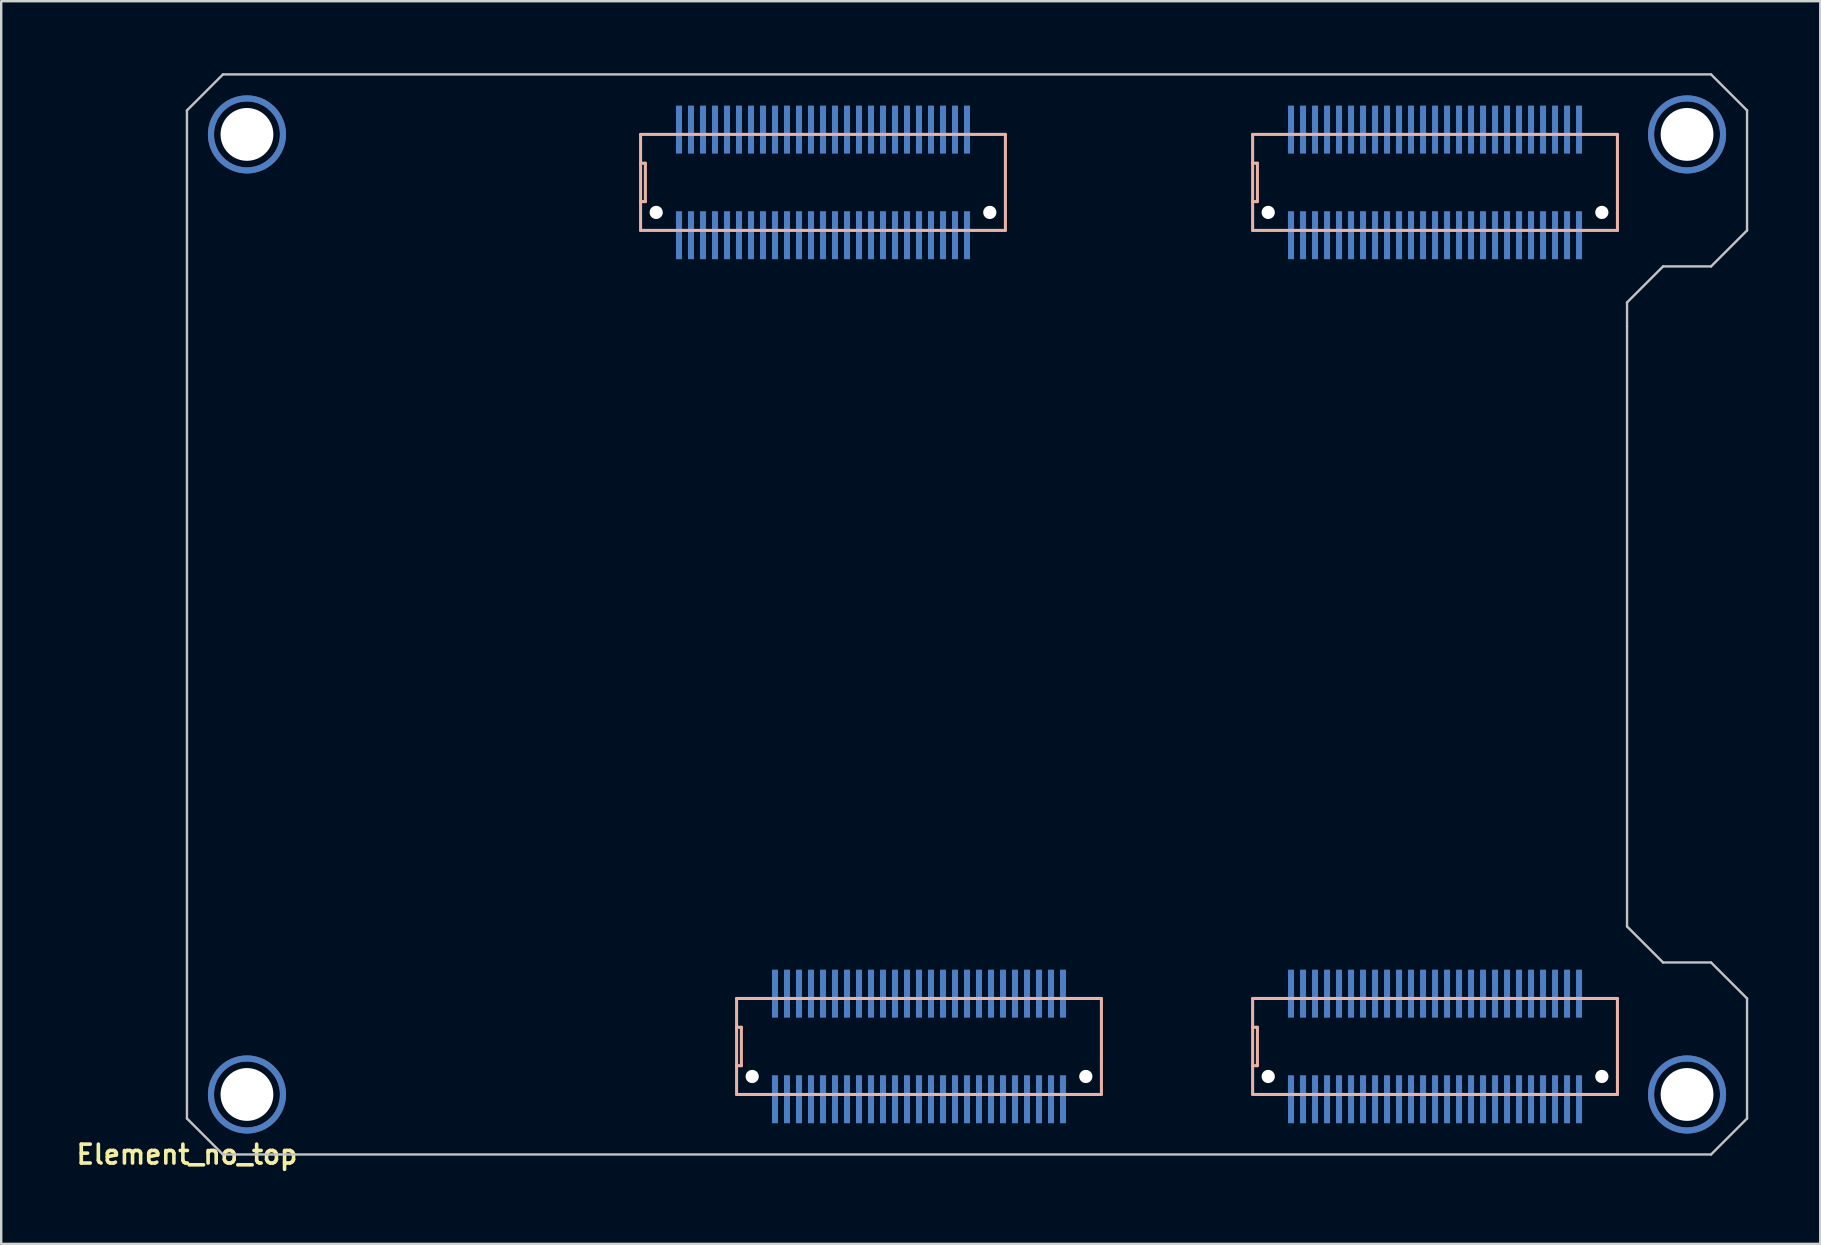
<source format=kicad_pcb>
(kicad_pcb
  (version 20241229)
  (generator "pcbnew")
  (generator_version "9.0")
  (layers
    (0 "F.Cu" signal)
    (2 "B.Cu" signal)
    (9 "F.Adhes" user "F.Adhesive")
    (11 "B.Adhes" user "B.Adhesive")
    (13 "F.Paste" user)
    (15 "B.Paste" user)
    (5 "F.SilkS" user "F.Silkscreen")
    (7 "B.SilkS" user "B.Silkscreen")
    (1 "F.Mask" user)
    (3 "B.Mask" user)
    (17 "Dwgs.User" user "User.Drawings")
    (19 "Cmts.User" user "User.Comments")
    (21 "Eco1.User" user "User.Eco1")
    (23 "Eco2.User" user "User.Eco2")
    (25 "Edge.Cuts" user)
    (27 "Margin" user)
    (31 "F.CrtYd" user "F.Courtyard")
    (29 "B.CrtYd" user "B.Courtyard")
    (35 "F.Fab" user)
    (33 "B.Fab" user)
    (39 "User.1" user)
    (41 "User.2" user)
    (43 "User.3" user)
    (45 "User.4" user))
  (footprint "Element_no_top"
    (layer "F.Cu")
    (at 4.739 45.05)
    (property "Reference" "Element_no_top" (at 0 0 0) (layer "F.SilkS") (effects (font (size 0.787 0.787) (thickness 0.15))))
    (attr smd)
    (fp_circle (center 2.5 -42.5) (end 4 -42.5) (stroke (width 0.254) (type solid)) (fill no) (layer "F.Cu"))
    (fp_circle (center 2.5 -2.5) (end 4 -2.5) (stroke (width 0.254) (type solid)) (fill no) (layer "F.Cu"))
    (fp_circle (center 62.5 -42.5) (end 64 -42.5) (stroke (width 0.254) (type solid)) (fill no) (layer "F.Cu"))
    (fp_circle (center 62.5 -2.5) (end 64 -2.5) (stroke (width 0.254) (type solid)) (fill no) (layer "F.Cu"))
    (fp_circle (center 2.5 -42.5) (end 4 -42.5) (stroke (width 0.254) (type solid)) (fill no) (layer "F.Mask"))
    (fp_circle (center 2.5 -2.5) (end 4 -2.5) (stroke (width 0.254) (type solid)) (fill no) (layer "F.Mask"))
    (fp_circle (center 62.5 -42.5) (end 64 -42.5) (stroke (width 0.254) (type solid)) (fill no) (layer "F.Mask"))
    (fp_circle (center 62.5 -2.5) (end 64 -2.5) (stroke (width 0.254) (type solid)) (fill no) (layer "F.Mask"))
    (fp_circle (center 2.5 -42.5) (end 4 -42.5) (stroke (width 0.254) (type solid)) (fill no) (layer "B.Cu"))
    (fp_circle (center 2.5 -2.5) (end 4 -2.5) (stroke (width 0.254) (type solid)) (fill no) (layer "B.Cu"))
    (fp_circle (center 62.5 -42.5) (end 64 -42.5) (stroke (width 0.254) (type solid)) (fill no) (layer "B.Cu"))
    (fp_circle (center 62.5 -2.5) (end 64 -2.5) (stroke (width 0.254) (type solid)) (fill no) (layer "B.Cu"))
    (fp_circle (center 2.5 -42.5) (end 4 -42.5) (stroke (width 0.254) (type solid)) (fill no) (layer "B.Mask"))
    (fp_circle (center 2.5 -2.5) (end 4 -2.5) (stroke (width 0.254) (type solid)) (fill no) (layer "B.Mask"))
    (fp_circle (center 62.5 -42.5) (end 64 -42.5) (stroke (width 0.254) (type solid)) (fill no) (layer "B.Mask"))
    (fp_circle (center 62.5 -2.5) (end 64 -2.5) (stroke (width 0.254) (type solid)) (fill no) (layer "B.Mask"))
    (fp_line (start 18.9 -42.5) (end 18.9 -41.3) (stroke (width 0.127) (type solid)) (layer "B.SilkS"))
    (fp_line (start 18.9 -41.3) (end 18.9 -39.7) (stroke (width 0.127) (type solid)) (layer "B.SilkS"))
    (fp_line (start 18.9 -41.3) (end 19.1 -41.3) (stroke (width 0.127) (type solid)) (layer "B.SilkS"))
    (fp_line (start 18.9 -39.7) (end 18.9 -38.5) (stroke (width 0.127) (type solid)) (layer "B.SilkS"))
    (fp_line (start 18.9 -38.5) (end 34.1 -38.5) (stroke (width 0.127) (type solid)) (layer "B.SilkS"))
    (fp_line (start 19.1 -41.3) (end 19.1 -39.7) (stroke (width 0.127) (type solid)) (layer "B.SilkS"))
    (fp_line (start 19.1 -39.7) (end 18.9 -39.7) (stroke (width 0.127) (type solid)) (layer "B.SilkS"))
    (fp_line (start 22.9 -6.5) (end 22.9 -5.3) (stroke (width 0.127) (type solid)) (layer "B.SilkS"))
    (fp_line (start 22.9 -5.3) (end 22.9 -3.7) (stroke (width 0.127) (type solid)) (layer "B.SilkS"))
    (fp_line (start 22.9 -5.3) (end 23.1 -5.3) (stroke (width 0.127) (type solid)) (layer "B.SilkS"))
    (fp_line (start 22.9 -3.7) (end 22.9 -2.5) (stroke (width 0.127) (type solid)) (layer "B.SilkS"))
    (fp_line (start 22.9 -2.5) (end 38.1 -2.5) (stroke (width 0.127) (type solid)) (layer "B.SilkS"))
    (fp_line (start 23.1 -5.3) (end 23.1 -3.7) (stroke (width 0.127) (type solid)) (layer "B.SilkS"))
    (fp_line (start 23.1 -3.7) (end 22.9 -3.7) (stroke (width 0.127) (type solid)) (layer "B.SilkS"))
    (fp_line (start 34.1 -42.5) (end 18.9 -42.5) (stroke (width 0.127) (type solid)) (layer "B.SilkS"))
    (fp_line (start 34.1 -38.5) (end 34.1 -42.5) (stroke (width 0.127) (type solid)) (layer "B.SilkS"))
    (fp_line (start 38.1 -6.5) (end 22.9 -6.5) (stroke (width 0.127) (type solid)) (layer "B.SilkS"))
    (fp_line (start 38.1 -2.5) (end 38.1 -6.5) (stroke (width 0.127) (type solid)) (layer "B.SilkS"))
    (fp_line (start 44.4 -42.5) (end 44.4 -41.3) (stroke (width 0.127) (type solid)) (layer "B.SilkS"))
    (fp_line (start 44.4 -41.3) (end 44.4 -39.7) (stroke (width 0.127) (type solid)) (layer "B.SilkS"))
    (fp_line (start 44.4 -41.3) (end 44.6 -41.3) (stroke (width 0.127) (type solid)) (layer "B.SilkS"))
    (fp_line (start 44.4 -39.7) (end 44.4 -38.5) (stroke (width 0.127) (type solid)) (layer "B.SilkS"))
    (fp_line (start 44.4 -38.5) (end 59.6 -38.5) (stroke (width 0.127) (type solid)) (layer "B.SilkS"))
    (fp_line (start 44.4 -6.5) (end 44.4 -5.3) (stroke (width 0.127) (type solid)) (layer "B.SilkS"))
    (fp_line (start 44.4 -5.3) (end 44.4 -3.7) (stroke (width 0.127) (type solid)) (layer "B.SilkS"))
    (fp_line (start 44.4 -5.3) (end 44.6 -5.3) (stroke (width 0.127) (type solid)) (layer "B.SilkS"))
    (fp_line (start 44.4 -3.7) (end 44.4 -2.5) (stroke (width 0.127) (type solid)) (layer "B.SilkS"))
    (fp_line (start 44.4 -2.5) (end 59.6 -2.5) (stroke (width 0.127) (type solid)) (layer "B.SilkS"))
    (fp_line (start 44.6 -41.3) (end 44.6 -39.7) (stroke (width 0.127) (type solid)) (layer "B.SilkS"))
    (fp_line (start 44.6 -39.7) (end 44.4 -39.7) (stroke (width 0.127) (type solid)) (layer "B.SilkS"))
    (fp_line (start 44.6 -5.3) (end 44.6 -3.7) (stroke (width 0.127) (type solid)) (layer "B.SilkS"))
    (fp_line (start 44.6 -3.7) (end 44.4 -3.7) (stroke (width 0.127) (type solid)) (layer "B.SilkS"))
    (fp_line (start 59.6 -42.5) (end 44.4 -42.5) (stroke (width 0.127) (type solid)) (layer "B.SilkS"))
    (fp_line (start 59.6 -38.5) (end 59.6 -42.5) (stroke (width 0.127) (type solid)) (layer "B.SilkS"))
    (fp_line (start 59.6 -6.5) (end 44.4 -6.5) (stroke (width 0.127) (type solid)) (layer "B.SilkS"))
    (fp_line (start 59.6 -2.5) (end 59.6 -6.5) (stroke (width 0.127) (type solid)) (layer "B.SilkS"))
    (fp_line (start 0 -43.5) (end 0 -1.5) (stroke (width 0.1) (type solid)) (layer "Dwgs.User"))
    (fp_line (start 0 -1.5) (end 1.5 0) (stroke (width 0.1) (type solid)) (layer "Dwgs.User"))
    (fp_line (start 1.5 -45) (end 0 -43.5) (stroke (width 0.1) (type solid)) (layer "Dwgs.User"))
    (fp_line (start 1.5 0) (end 63.5 0) (stroke (width 0.1) (type solid)) (layer "Dwgs.User"))
    (fp_line (start 60 -35.5) (end 61.5 -37) (stroke (width 0.1) (type solid)) (layer "Dwgs.User"))
    (fp_line (start 60 -34.5) (end 60 -35.5) (stroke (width 0.1) (type solid)) (layer "Dwgs.User"))
    (fp_line (start 60 -9.5) (end 60 -34.5) (stroke (width 0.1) (type solid)) (layer "Dwgs.User"))
    (fp_line (start 61.5 -37) (end 63.5 -37) (stroke (width 0.1) (type solid)) (layer "Dwgs.User"))
    (fp_line (start 61.5 -8) (end 60 -9.5) (stroke (width 0.1) (type solid)) (layer "Dwgs.User"))
    (fp_line (start 63.5 -45) (end 1.5 -45) (stroke (width 0.1) (type solid)) (layer "Dwgs.User"))
    (fp_line (start 63.5 -37) (end 65 -38.5) (stroke (width 0.1) (type solid)) (layer "Dwgs.User"))
    (fp_line (start 63.5 -8) (end 61.5 -8) (stroke (width 0.1) (type solid)) (layer "Dwgs.User"))
    (fp_line (start 63.5 0) (end 65 -1.5) (stroke (width 0.1) (type solid)) (layer "Dwgs.User"))
    (fp_line (start 65 -43.5) (end 63.5 -45) (stroke (width 0.1) (type solid)) (layer "Dwgs.User"))
    (fp_line (start 65 -38.5) (end 65 -43.5) (stroke (width 0.1) (type solid)) (layer "Dwgs.User"))
    (fp_line (start 65 -6.5) (end 63.5 -8) (stroke (width 0.1) (type solid)) (layer "Dwgs.User"))
    (fp_line (start 65 -1.5) (end 65 -6.5) (stroke (width 0.1) (type solid)) (layer "Dwgs.User"))
    (pad "" np_thru_hole circle (at 2.5 -42.5) (size 2.2 2.2) (drill 2.2) (layers "*.Cu" "*.Mask"))
    (pad "" np_thru_hole circle (at 2.5 -2.5) (size 2.2 2.2) (drill 2.2) (layers "*.Cu" "*.Mask"))
    (pad "" np_thru_hole circle (at 19.55 -39.25) (size 0.55 0.55) (drill 0.55) (layers "*.Cu" "*.Mask"))
    (pad "" np_thru_hole circle (at 23.55 -3.25) (size 0.55 0.55) (drill 0.55) (layers "*.Cu" "*.Mask"))
    (pad "" np_thru_hole circle (at 33.45 -39.25) (size 0.55 0.55) (drill 0.55) (layers "*.Cu" "*.Mask"))
    (pad "" np_thru_hole circle (at 37.45 -3.25) (size 0.55 0.55) (drill 0.55) (layers "*.Cu" "*.Mask"))
    (pad "" np_thru_hole circle (at 45.05 -39.25) (size 0.55 0.55) (drill 0.55) (layers "*.Cu" "*.Mask"))
    (pad "" np_thru_hole circle (at 45.05 -3.25) (size 0.55 0.55) (drill 0.55) (layers "*.Cu" "*.Mask"))
    (pad "" np_thru_hole circle (at 58.95 -39.25) (size 0.55 0.55) (drill 0.55) (layers "*.Cu" "*.Mask"))
    (pad "" np_thru_hole circle (at 58.95 -3.25) (size 0.55 0.55) (drill 0.55) (layers "*.Cu" "*.Mask"))
    (pad "" np_thru_hole circle (at 62.5 -42.5) (size 2.2 2.2) (drill 2.2) (layers "*.Cu" "*.Mask"))
    (pad "" np_thru_hole circle (at 62.5 -2.5) (size 2.2 2.2) (drill 2.2) (layers "*.Cu" "*.Mask"))
    (pad "A_1" smd rect (at 20.5 -38.3 90) (size 2 0.25) (layers "B.Cu" "B.Mask" "B.Paste"))
    (pad "A_2" smd rect (at 21 -38.3 90) (size 2 0.25) (layers "B.Cu" "B.Mask" "B.Paste"))
    (pad "A_3" smd rect (at 21.5 -38.3 90) (size 2 0.25) (layers "B.Cu" "B.Mask" "B.Paste"))
    (pad "A_4" smd rect (at 22 -38.3 90) (size 2 0.25) (layers "B.Cu" "B.Mask" "B.Paste"))
    (pad "A_5" smd rect (at 22.5 -38.3 90) (size 2 0.25) (layers "B.Cu" "B.Mask" "B.Paste"))
    (pad "A_6" smd rect (at 23 -38.3 90) (size 2 0.25) (layers "B.Cu" "B.Mask" "B.Paste"))
    (pad "A_7" smd rect (at 23.5 -38.3 90) (size 2 0.25) (layers "B.Cu" "B.Mask" "B.Paste"))
    (pad "A_8" smd rect (at 24 -38.3 90) (size 2 0.25) (layers "B.Cu" "B.Mask" "B.Paste"))
    (pad "A_9" smd rect (at 24.5 -38.3 90) (size 2 0.25) (layers "B.Cu" "B.Mask" "B.Paste"))
    (pad "A_10" smd rect (at 25 -38.3 90) (size 2 0.25) (layers "B.Cu" "B.Mask" "B.Paste"))
    (pad "A_11" smd rect (at 25.5 -38.3 90) (size 2 0.25) (layers "B.Cu" "B.Mask" "B.Paste"))
    (pad "A_12" smd rect (at 26 -38.3 90) (size 2 0.25) (layers "B.Cu" "B.Mask" "B.Paste"))
    (pad "A_13" smd rect (at 26.5 -38.3 90) (size 2 0.25) (layers "B.Cu" "B.Mask" "B.Paste"))
    (pad "A_14" smd rect (at 27 -38.3 90) (size 2 0.25) (layers "B.Cu" "B.Mask" "B.Paste"))
    (pad "A_15" smd rect (at 27.5 -38.3 90) (size 2 0.25) (layers "B.Cu" "B.Mask" "B.Paste"))
    (pad "A_16" smd rect (at 28 -38.3 90) (size 2 0.25) (layers "B.Cu" "B.Mask" "B.Paste"))
    (pad "A_17" smd rect (at 28.5 -38.3 90) (size 2 0.25) (layers "B.Cu" "B.Mask" "B.Paste"))
    (pad "A_18" smd rect (at 29 -38.3 90) (size 2 0.25) (layers "B.Cu" "B.Mask" "B.Paste"))
    (pad "A_19" smd rect (at 29.5 -38.3 90) (size 2 0.25) (layers "B.Cu" "B.Mask" "B.Paste"))
    (pad "A_20" smd rect (at 30 -38.3 90) (size 2 0.25) (layers "B.Cu" "B.Mask" "B.Paste"))
    (pad "A_21" smd rect (at 30.5 -38.3 90) (size 2 0.25) (layers "B.Cu" "B.Mask" "B.Paste"))
    (pad "A_22" smd rect (at 31 -38.3 90) (size 2 0.25) (layers "B.Cu" "B.Mask" "B.Paste"))
    (pad "A_23" smd rect (at 31.5 -38.3 90) (size 2 0.25) (layers "B.Cu" "B.Mask" "B.Paste"))
    (pad "A_24" smd rect (at 32 -38.3 90) (size 2 0.25) (layers "B.Cu" "B.Mask" "B.Paste"))
    (pad "A_25" smd rect (at 32.5 -38.3 90) (size 2 0.25) (layers "B.Cu" "B.Mask" "B.Paste"))
    (pad "A_26" smd rect (at 32.5 -42.7 90) (size 2 0.25) (layers "B.Cu" "B.Mask" "B.Paste"))
    (pad "A_27" smd rect (at 32 -42.7 90) (size 2 0.25) (layers "B.Cu" "B.Mask" "B.Paste"))
    (pad "A_28" smd rect (at 31.5 -42.7 90) (size 2 0.25) (layers "B.Cu" "B.Mask" "B.Paste"))
    (pad "A_29" smd rect (at 31 -42.7 90) (size 2 0.25) (layers "B.Cu" "B.Mask" "B.Paste"))
    (pad "A_30" smd rect (at 30.5 -42.7 90) (size 2 0.25) (layers "B.Cu" "B.Mask" "B.Paste"))
    (pad "A_31" smd rect (at 30 -42.7 90) (size 2 0.25) (layers "B.Cu" "B.Mask" "B.Paste"))
    (pad "A_32" smd rect (at 29.5 -42.7 90) (size 2 0.25) (layers "B.Cu" "B.Mask" "B.Paste"))
    (pad "A_33" smd rect (at 29 -42.7 90) (size 2 0.25) (layers "B.Cu" "B.Mask" "B.Paste"))
    (pad "A_34" smd rect (at 28.5 -42.7 90) (size 2 0.25) (layers "B.Cu" "B.Mask" "B.Paste"))
    (pad "A_35" smd rect (at 28 -42.7 90) (size 2 0.25) (layers "B.Cu" "B.Mask" "B.Paste"))
    (pad "A_36" smd rect (at 27.5 -42.7 90) (size 2 0.25) (layers "B.Cu" "B.Mask" "B.Paste"))
    (pad "A_37" smd rect (at 27 -42.7 90) (size 2 0.25) (layers "B.Cu" "B.Mask" "B.Paste"))
    (pad "A_38" smd rect (at 26.5 -42.7 90) (size 2 0.25) (layers "B.Cu" "B.Mask" "B.Paste"))
    (pad "A_39" smd rect (at 26 -42.7 90) (size 2 0.25) (layers "B.Cu" "B.Mask" "B.Paste"))
    (pad "A_40" smd rect (at 25.5 -42.7 90) (size 2 0.25) (layers "B.Cu" "B.Mask" "B.Paste"))
    (pad "A_41" smd rect (at 25 -42.7 90) (size 2 0.25) (layers "B.Cu" "B.Mask" "B.Paste"))
    (pad "A_42" smd rect (at 24.5 -42.7 90) (size 2 0.25) (layers "B.Cu" "B.Mask" "B.Paste"))
    (pad "A_43" smd rect (at 24 -42.7 90) (size 2 0.25) (layers "B.Cu" "B.Mask" "B.Paste"))
    (pad "A_44" smd rect (at 23.5 -42.7 90) (size 2 0.25) (layers "B.Cu" "B.Mask" "B.Paste"))
    (pad "A_45" smd rect (at 23 -42.7 90) (size 2 0.25) (layers "B.Cu" "B.Mask" "B.Paste"))
    (pad "A_46" smd rect (at 22.5 -42.7 90) (size 2 0.25) (layers "B.Cu" "B.Mask" "B.Paste"))
    (pad "A_47" smd rect (at 22 -42.7 90) (size 2 0.25) (layers "B.Cu" "B.Mask" "B.Paste"))
    (pad "A_48" smd rect (at 21.5 -42.7 90) (size 2 0.25) (layers "B.Cu" "B.Mask" "B.Paste"))
    (pad "A_49" smd rect (at 21 -42.7 90) (size 2 0.25) (layers "B.Cu" "B.Mask" "B.Paste"))
    (pad "A_50" smd rect (at 20.5 -42.7 90) (size 2 0.25) (layers "B.Cu" "B.Mask" "B.Paste"))
    (pad "B_1" smd rect (at 46 -38.3 90) (size 2 0.25) (layers "B.Cu" "B.Mask" "B.Paste"))
    (pad "B_2" smd rect (at 46.5 -38.3 90) (size 2 0.25) (layers "B.Cu" "B.Mask" "B.Paste"))
    (pad "B_3" smd rect (at 47 -38.3 90) (size 2 0.25) (layers "B.Cu" "B.Mask" "B.Paste"))
    (pad "B_4" smd rect (at 47.5 -38.3 90) (size 2 0.25) (layers "B.Cu" "B.Mask" "B.Paste"))
    (pad "B_5" smd rect (at 48 -38.3 90) (size 2 0.25) (layers "B.Cu" "B.Mask" "B.Paste"))
    (pad "B_6" smd rect (at 48.5 -38.3 90) (size 2 0.25) (layers "B.Cu" "B.Mask" "B.Paste"))
    (pad "B_7" smd rect (at 49 -38.3 90) (size 2 0.25) (layers "B.Cu" "B.Mask" "B.Paste"))
    (pad "B_8" smd rect (at 49.5 -38.3 90) (size 2 0.25) (layers "B.Cu" "B.Mask" "B.Paste"))
    (pad "B_9" smd rect (at 50 -38.3 90) (size 2 0.25) (layers "B.Cu" "B.Mask" "B.Paste"))
    (pad "B_10" smd rect (at 50.5 -38.3 90) (size 2 0.25) (layers "B.Cu" "B.Mask" "B.Paste"))
    (pad "B_11" smd rect (at 51 -38.3 90) (size 2 0.25) (layers "B.Cu" "B.Mask" "B.Paste"))
    (pad "B_12" smd rect (at 51.5 -38.3 90) (size 2 0.25) (layers "B.Cu" "B.Mask" "B.Paste"))
    (pad "B_13" smd rect (at 52 -38.3 90) (size 2 0.25) (layers "B.Cu" "B.Mask" "B.Paste"))
    (pad "B_14" smd rect (at 52.5 -38.3 90) (size 2 0.25) (layers "B.Cu" "B.Mask" "B.Paste"))
    (pad "B_15" smd rect (at 53 -38.3 90) (size 2 0.25) (layers "B.Cu" "B.Mask" "B.Paste"))
    (pad "B_16" smd rect (at 53.5 -38.3 90) (size 2 0.25) (layers "B.Cu" "B.Mask" "B.Paste"))
    (pad "B_17" smd rect (at 54 -38.3 90) (size 2 0.25) (layers "B.Cu" "B.Mask" "B.Paste"))
    (pad "B_18" smd rect (at 54.5 -38.3 90) (size 2 0.25) (layers "B.Cu" "B.Mask" "B.Paste"))
    (pad "B_19" smd rect (at 55 -38.3 90) (size 2 0.25) (layers "B.Cu" "B.Mask" "B.Paste"))
    (pad "B_20" smd rect (at 55.5 -38.3 90) (size 2 0.25) (layers "B.Cu" "B.Mask" "B.Paste"))
    (pad "B_21" smd rect (at 56 -38.3 90) (size 2 0.25) (layers "B.Cu" "B.Mask" "B.Paste"))
    (pad "B_22" smd rect (at 56.5 -38.3 90) (size 2 0.25) (layers "B.Cu" "B.Mask" "B.Paste"))
    (pad "B_23" smd rect (at 57 -38.3 90) (size 2 0.25) (layers "B.Cu" "B.Mask" "B.Paste"))
    (pad "B_24" smd rect (at 57.5 -38.3 90) (size 2 0.25) (layers "B.Cu" "B.Mask" "B.Paste"))
    (pad "B_25" smd rect (at 58 -38.3 90) (size 2 0.25) (layers "B.Cu" "B.Mask" "B.Paste"))
    (pad "B_26" smd rect (at 58 -42.7 90) (size 2 0.25) (layers "B.Cu" "B.Mask" "B.Paste"))
    (pad "B_27" smd rect (at 57.5 -42.7 90) (size 2 0.25) (layers "B.Cu" "B.Mask" "B.Paste"))
    (pad "B_28" smd rect (at 57 -42.7 90) (size 2 0.25) (layers "B.Cu" "B.Mask" "B.Paste"))
    (pad "B_29" smd rect (at 56.5 -42.7 90) (size 2 0.25) (layers "B.Cu" "B.Mask" "B.Paste"))
    (pad "B_30" smd rect (at 56 -42.7 90) (size 2 0.25) (layers "B.Cu" "B.Mask" "B.Paste"))
    (pad "B_31" smd rect (at 55.5 -42.7 90) (size 2 0.25) (layers "B.Cu" "B.Mask" "B.Paste"))
    (pad "B_32" smd rect (at 55 -42.7 90) (size 2 0.25) (layers "B.Cu" "B.Mask" "B.Paste"))
    (pad "B_33" smd rect (at 54.5 -42.7 90) (size 2 0.25) (layers "B.Cu" "B.Mask" "B.Paste"))
    (pad "B_34" smd rect (at 54 -42.7 90) (size 2 0.25) (layers "B.Cu" "B.Mask" "B.Paste"))
    (pad "B_35" smd rect (at 53.5 -42.7 90) (size 2 0.25) (layers "B.Cu" "B.Mask" "B.Paste"))
    (pad "B_36" smd rect (at 53 -42.7 90) (size 2 0.25) (layers "B.Cu" "B.Mask" "B.Paste"))
    (pad "B_37" smd rect (at 52.5 -42.7 90) (size 2 0.25) (layers "B.Cu" "B.Mask" "B.Paste"))
    (pad "B_38" smd rect (at 52 -42.7 90) (size 2 0.25) (layers "B.Cu" "B.Mask" "B.Paste"))
    (pad "B_39" smd rect (at 51.5 -42.7 90) (size 2 0.25) (layers "B.Cu" "B.Mask" "B.Paste"))
    (pad "B_40" smd rect (at 51 -42.7 90) (size 2 0.25) (layers "B.Cu" "B.Mask" "B.Paste"))
    (pad "B_41" smd rect (at 50.5 -42.7 90) (size 2 0.25) (layers "B.Cu" "B.Mask" "B.Paste"))
    (pad "B_42" smd rect (at 50 -42.7 90) (size 2 0.25) (layers "B.Cu" "B.Mask" "B.Paste"))
    (pad "B_43" smd rect (at 49.5 -42.7 90) (size 2 0.25) (layers "B.Cu" "B.Mask" "B.Paste"))
    (pad "B_44" smd rect (at 49 -42.7 90) (size 2 0.25) (layers "B.Cu" "B.Mask" "B.Paste"))
    (pad "B_45" smd rect (at 48.5 -42.7 90) (size 2 0.25) (layers "B.Cu" "B.Mask" "B.Paste"))
    (pad "B_46" smd rect (at 48 -42.7 90) (size 2 0.25) (layers "B.Cu" "B.Mask" "B.Paste"))
    (pad "B_47" smd rect (at 47.5 -42.7 90) (size 2 0.25) (layers "B.Cu" "B.Mask" "B.Paste"))
    (pad "B_48" smd rect (at 47 -42.7 90) (size 2 0.25) (layers "B.Cu" "B.Mask" "B.Paste"))
    (pad "B_49" smd rect (at 46.5 -42.7 90) (size 2 0.25) (layers "B.Cu" "B.Mask" "B.Paste"))
    (pad "B_50" smd rect (at 46 -42.7 90) (size 2 0.25) (layers "B.Cu" "B.Mask" "B.Paste"))
    (pad "C_1" smd rect (at 24.5 -2.3 90) (size 2 0.25) (layers "B.Cu" "B.Mask" "B.Paste"))
    (pad "C_2" smd rect (at 25 -2.3 90) (size 2 0.25) (layers "B.Cu" "B.Mask" "B.Paste"))
    (pad "C_3" smd rect (at 25.5 -2.3 90) (size 2 0.25) (layers "B.Cu" "B.Mask" "B.Paste"))
    (pad "C_4" smd rect (at 26 -2.3 90) (size 2 0.25) (layers "B.Cu" "B.Mask" "B.Paste"))
    (pad "C_5" smd rect (at 26.5 -2.3 90) (size 2 0.25) (layers "B.Cu" "B.Mask" "B.Paste"))
    (pad "C_6" smd rect (at 27 -2.3 90) (size 2 0.25) (layers "B.Cu" "B.Mask" "B.Paste"))
    (pad "C_7" smd rect (at 27.5 -2.3 90) (size 2 0.25) (layers "B.Cu" "B.Mask" "B.Paste"))
    (pad "C_8" smd rect (at 28 -2.3 90) (size 2 0.25) (layers "B.Cu" "B.Mask" "B.Paste"))
    (pad "C_9" smd rect (at 28.5 -2.3 90) (size 2 0.25) (layers "B.Cu" "B.Mask" "B.Paste"))
    (pad "C_10" smd rect (at 29 -2.3 90) (size 2 0.25) (layers "B.Cu" "B.Mask" "B.Paste"))
    (pad "C_11" smd rect (at 29.5 -2.3 90) (size 2 0.25) (layers "B.Cu" "B.Mask" "B.Paste"))
    (pad "C_12" smd rect (at 30 -2.3 90) (size 2 0.25) (layers "B.Cu" "B.Mask" "B.Paste"))
    (pad "C_13" smd rect (at 30.5 -2.3 90) (size 2 0.25) (layers "B.Cu" "B.Mask" "B.Paste"))
    (pad "C_14" smd rect (at 31 -2.3 90) (size 2 0.25) (layers "B.Cu" "B.Mask" "B.Paste"))
    (pad "C_15" smd rect (at 31.5 -2.3 90) (size 2 0.25) (layers "B.Cu" "B.Mask" "B.Paste"))
    (pad "C_16" smd rect (at 32 -2.3 90) (size 2 0.25) (layers "B.Cu" "B.Mask" "B.Paste"))
    (pad "C_17" smd rect (at 32.5 -2.3 90) (size 2 0.25) (layers "B.Cu" "B.Mask" "B.Paste"))
    (pad "C_18" smd rect (at 33 -2.3 90) (size 2 0.25) (layers "B.Cu" "B.Mask" "B.Paste"))
    (pad "C_19" smd rect (at 33.5 -2.3 90) (size 2 0.25) (layers "B.Cu" "B.Mask" "B.Paste"))
    (pad "C_20" smd rect (at 34 -2.3 90) (size 2 0.25) (layers "B.Cu" "B.Mask" "B.Paste"))
    (pad "C_21" smd rect (at 34.5 -2.3 90) (size 2 0.25) (layers "B.Cu" "B.Mask" "B.Paste"))
    (pad "C_22" smd rect (at 35 -2.3 90) (size 2 0.25) (layers "B.Cu" "B.Mask" "B.Paste"))
    (pad "C_23" smd rect (at 35.5 -2.3 90) (size 2 0.25) (layers "B.Cu" "B.Mask" "B.Paste"))
    (pad "C_24" smd rect (at 36 -2.3 90) (size 2 0.25) (layers "B.Cu" "B.Mask" "B.Paste"))
    (pad "C_25" smd rect (at 36.5 -2.3 90) (size 2 0.25) (layers "B.Cu" "B.Mask" "B.Paste"))
    (pad "C_26" smd rect (at 36.5 -6.7 90) (size 2 0.25) (layers "B.Cu" "B.Mask" "B.Paste"))
    (pad "C_27" smd rect (at 36 -6.7 90) (size 2 0.25) (layers "B.Cu" "B.Mask" "B.Paste"))
    (pad "C_28" smd rect (at 35.5 -6.7 90) (size 2 0.25) (layers "B.Cu" "B.Mask" "B.Paste"))
    (pad "C_29" smd rect (at 35 -6.7 90) (size 2 0.25) (layers "B.Cu" "B.Mask" "B.Paste"))
    (pad "C_30" smd rect (at 34.5 -6.7 90) (size 2 0.25) (layers "B.Cu" "B.Mask" "B.Paste"))
    (pad "C_31" smd rect (at 34 -6.7 90) (size 2 0.25) (layers "B.Cu" "B.Mask" "B.Paste"))
    (pad "C_32" smd rect (at 33.5 -6.7 90) (size 2 0.25) (layers "B.Cu" "B.Mask" "B.Paste"))
    (pad "C_33" smd rect (at 33 -6.7 90) (size 2 0.25) (layers "B.Cu" "B.Mask" "B.Paste"))
    (pad "C_34" smd rect (at 32.5 -6.7 90) (size 2 0.25) (layers "B.Cu" "B.Mask" "B.Paste"))
    (pad "C_35" smd rect (at 32 -6.7 90) (size 2 0.25) (layers "B.Cu" "B.Mask" "B.Paste"))
    (pad "C_36" smd rect (at 31.5 -6.7 90) (size 2 0.25) (layers "B.Cu" "B.Mask" "B.Paste"))
    (pad "C_37" smd rect (at 31 -6.7 90) (size 2 0.25) (layers "B.Cu" "B.Mask" "B.Paste"))
    (pad "C_38" smd rect (at 30.5 -6.7 90) (size 2 0.25) (layers "B.Cu" "B.Mask" "B.Paste"))
    (pad "C_39" smd rect (at 30 -6.7 90) (size 2 0.25) (layers "B.Cu" "B.Mask" "B.Paste"))
    (pad "C_40" smd rect (at 29.5 -6.7 90) (size 2 0.25) (layers "B.Cu" "B.Mask" "B.Paste"))
    (pad "C_41" smd rect (at 29 -6.7 90) (size 2 0.25) (layers "B.Cu" "B.Mask" "B.Paste"))
    (pad "C_42" smd rect (at 28.5 -6.7 90) (size 2 0.25) (layers "B.Cu" "B.Mask" "B.Paste"))
    (pad "C_43" smd rect (at 28 -6.7 90) (size 2 0.25) (layers "B.Cu" "B.Mask" "B.Paste"))
    (pad "C_44" smd rect (at 27.5 -6.7 90) (size 2 0.25) (layers "B.Cu" "B.Mask" "B.Paste"))
    (pad "C_45" smd rect (at 27 -6.7 90) (size 2 0.25) (layers "B.Cu" "B.Mask" "B.Paste"))
    (pad "C_46" smd rect (at 26.5 -6.7 90) (size 2 0.25) (layers "B.Cu" "B.Mask" "B.Paste"))
    (pad "C_47" smd rect (at 26 -6.7 90) (size 2 0.25) (layers "B.Cu" "B.Mask" "B.Paste"))
    (pad "C_48" smd rect (at 25.5 -6.7 90) (size 2 0.25) (layers "B.Cu" "B.Mask" "B.Paste"))
    (pad "C_49" smd rect (at 25 -6.7 90) (size 2 0.25) (layers "B.Cu" "B.Mask" "B.Paste"))
    (pad "C_50" smd rect (at 24.5 -6.7 90) (size 2 0.25) (layers "B.Cu" "B.Mask" "B.Paste"))
    (pad "D_1" smd rect (at 46 -2.3 90) (size 2 0.25) (layers "B.Cu" "B.Mask" "B.Paste"))
    (pad "D_2" smd rect (at 46.5 -2.3 90) (size 2 0.25) (layers "B.Cu" "B.Mask" "B.Paste"))
    (pad "D_3" smd rect (at 47 -2.3 90) (size 2 0.25) (layers "B.Cu" "B.Mask" "B.Paste"))
    (pad "D_4" smd rect (at 47.5 -2.3 90) (size 2 0.25) (layers "B.Cu" "B.Mask" "B.Paste"))
    (pad "D_5" smd rect (at 48 -2.3 90) (size 2 0.25) (layers "B.Cu" "B.Mask" "B.Paste"))
    (pad "D_6" smd rect (at 48.5 -2.3 90) (size 2 0.25) (layers "B.Cu" "B.Mask" "B.Paste"))
    (pad "D_7" smd rect (at 49 -2.3 90) (size 2 0.25) (layers "B.Cu" "B.Mask" "B.Paste"))
    (pad "D_8" smd rect (at 49.5 -2.3 90) (size 2 0.25) (layers "B.Cu" "B.Mask" "B.Paste"))
    (pad "D_9" smd rect (at 50 -2.3 90) (size 2 0.25) (layers "B.Cu" "B.Mask" "B.Paste"))
    (pad "D_10" smd rect (at 50.5 -2.3 90) (size 2 0.25) (layers "B.Cu" "B.Mask" "B.Paste"))
    (pad "D_11" smd rect (at 51 -2.3 90) (size 2 0.25) (layers "B.Cu" "B.Mask" "B.Paste"))
    (pad "D_12" smd rect (at 51.5 -2.3 90) (size 2 0.25) (layers "B.Cu" "B.Mask" "B.Paste"))
    (pad "D_13" smd rect (at 52 -2.3 90) (size 2 0.25) (layers "B.Cu" "B.Mask" "B.Paste"))
    (pad "D_14" smd rect (at 52.5 -2.3 90) (size 2 0.25) (layers "B.Cu" "B.Mask" "B.Paste"))
    (pad "D_15" smd rect (at 53 -2.3 90) (size 2 0.25) (layers "B.Cu" "B.Mask" "B.Paste"))
    (pad "D_16" smd rect (at 53.5 -2.3 90) (size 2 0.25) (layers "B.Cu" "B.Mask" "B.Paste"))
    (pad "D_17" smd rect (at 54 -2.3 90) (size 2 0.25) (layers "B.Cu" "B.Mask" "B.Paste"))
    (pad "D_18" smd rect (at 54.5 -2.3 90) (size 2 0.25) (layers "B.Cu" "B.Mask" "B.Paste"))
    (pad "D_19" smd rect (at 55 -2.3 90) (size 2 0.25) (layers "B.Cu" "B.Mask" "B.Paste"))
    (pad "D_20" smd rect (at 55.5 -2.3 90) (size 2 0.25) (layers "B.Cu" "B.Mask" "B.Paste"))
    (pad "D_21" smd rect (at 56 -2.3 90) (size 2 0.25) (layers "B.Cu" "B.Mask" "B.Paste"))
    (pad "D_22" smd rect (at 56.5 -2.3 90) (size 2 0.25) (layers "B.Cu" "B.Mask" "B.Paste"))
    (pad "D_23" smd rect (at 57 -2.3 90) (size 2 0.25) (layers "B.Cu" "B.Mask" "B.Paste"))
    (pad "D_24" smd rect (at 57.5 -2.3 90) (size 2 0.25) (layers "B.Cu" "B.Mask" "B.Paste"))
    (pad "D_25" smd rect (at 58 -2.3 90) (size 2 0.25) (layers "B.Cu" "B.Mask" "B.Paste"))
    (pad "D_26" smd rect (at 58 -6.7 90) (size 2 0.25) (layers "B.Cu" "B.Mask" "B.Paste"))
    (pad "D_27" smd rect (at 57.5 -6.7 90) (size 2 0.25) (layers "B.Cu" "B.Mask" "B.Paste"))
    (pad "D_28" smd rect (at 57 -6.7 90) (size 2 0.25) (layers "B.Cu" "B.Mask" "B.Paste"))
    (pad "D_29" smd rect (at 56.5 -6.7 90) (size 2 0.25) (layers "B.Cu" "B.Mask" "B.Paste"))
    (pad "D_30" smd rect (at 56 -6.7 90) (size 2 0.25) (layers "B.Cu" "B.Mask" "B.Paste"))
    (pad "D_31" smd rect (at 55.5 -6.7 90) (size 2 0.25) (layers "B.Cu" "B.Mask" "B.Paste"))
    (pad "D_32" smd rect (at 55 -6.7 90) (size 2 0.25) (layers "B.Cu" "B.Mask" "B.Paste"))
    (pad "D_33" smd rect (at 54.5 -6.7 90) (size 2 0.25) (layers "B.Cu" "B.Mask" "B.Paste"))
    (pad "D_34" smd rect (at 54 -6.7 90) (size 2 0.25) (layers "B.Cu" "B.Mask" "B.Paste"))
    (pad "D_35" smd rect (at 53.5 -6.7 90) (size 2 0.25) (layers "B.Cu" "B.Mask" "B.Paste"))
    (pad "D_36" smd rect (at 53 -6.7 90) (size 2 0.25) (layers "B.Cu" "B.Mask" "B.Paste"))
    (pad "D_37" smd rect (at 52.5 -6.7 90) (size 2 0.25) (layers "B.Cu" "B.Mask" "B.Paste"))
    (pad "D_38" smd rect (at 52 -6.7 90) (size 2 0.25) (layers "B.Cu" "B.Mask" "B.Paste"))
    (pad "D_39" smd rect (at 51.5 -6.7 90) (size 2 0.25) (layers "B.Cu" "B.Mask" "B.Paste"))
    (pad "D_40" smd rect (at 51 -6.7 90) (size 2 0.25) (layers "B.Cu" "B.Mask" "B.Paste"))
    (pad "D_41" smd rect (at 50.5 -6.7 90) (size 2 0.25) (layers "B.Cu" "B.Mask" "B.Paste"))
    (pad "D_42" smd rect (at 50 -6.7 90) (size 2 0.25) (layers "B.Cu" "B.Mask" "B.Paste"))
    (pad "D_43" smd rect (at 49.5 -6.7 90) (size 2 0.25) (layers "B.Cu" "B.Mask" "B.Paste"))
    (pad "D_44" smd rect (at 49 -6.7 90) (size 2 0.25) (layers "B.Cu" "B.Mask" "B.Paste"))
    (pad "D_45" smd rect (at 48.5 -6.7 90) (size 2 0.25) (layers "B.Cu" "B.Mask" "B.Paste"))
    (pad "D_46" smd rect (at 48 -6.7 90) (size 2 0.25) (layers "B.Cu" "B.Mask" "B.Paste"))
    (pad "D_47" smd rect (at 47.5 -6.7 90) (size 2 0.25) (layers "B.Cu" "B.Mask" "B.Paste"))
    (pad "D_48" smd rect (at 47 -6.7 90) (size 2 0.25) (layers "B.Cu" "B.Mask" "B.Paste"))
    (pad "D_49" smd rect (at 46.5 -6.7 90) (size 2 0.25) (layers "B.Cu" "B.Mask" "B.Paste"))
    (pad "D_50" smd rect (at 46 -6.7 90) (size 2 0.25) (layers "B.Cu" "B.Mask" "B.Paste")))
  (gr_rect
    (start -3 -3)
    (end 72.789 48.774)
    (stroke (width 0.1) (type default))
    (fill no)
    (layer "Edge.Cuts")))
</source>
